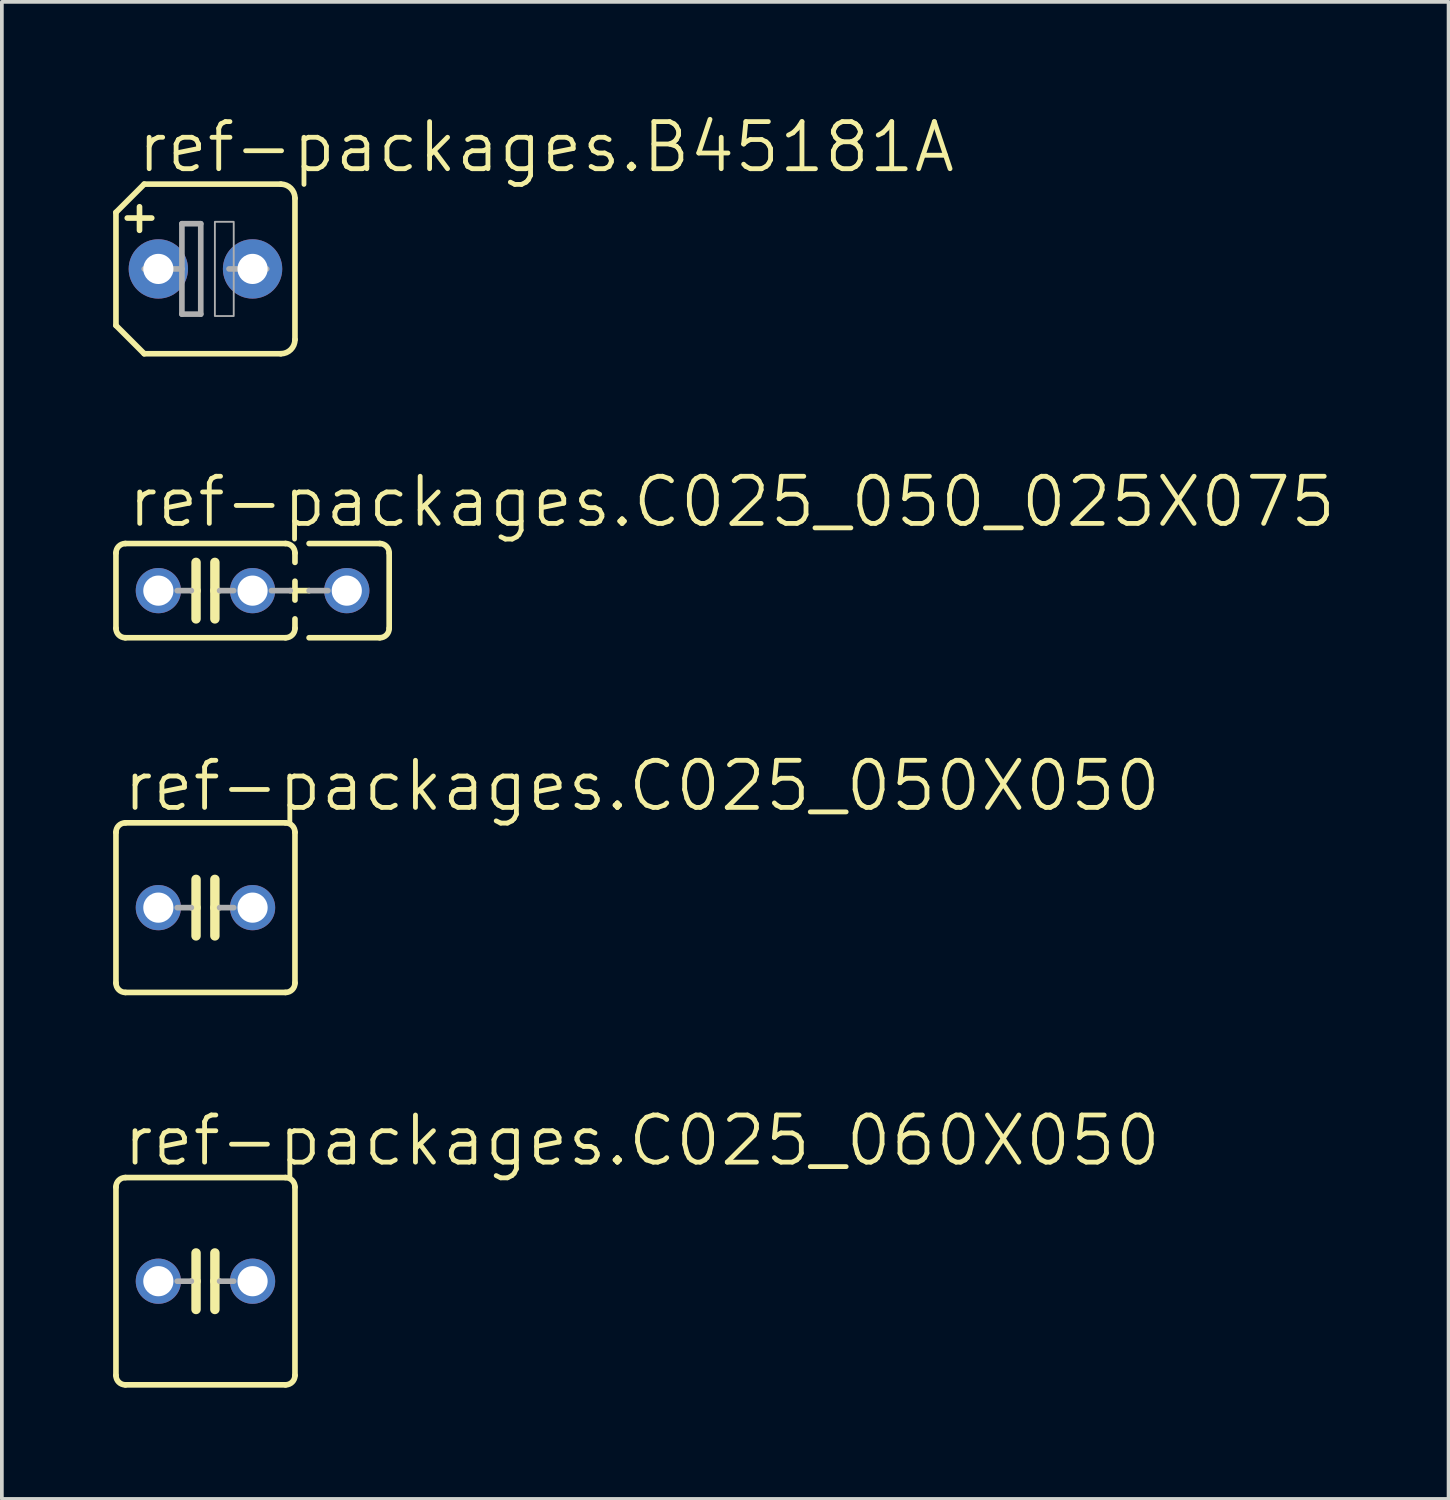
<source format=kicad_pcb>
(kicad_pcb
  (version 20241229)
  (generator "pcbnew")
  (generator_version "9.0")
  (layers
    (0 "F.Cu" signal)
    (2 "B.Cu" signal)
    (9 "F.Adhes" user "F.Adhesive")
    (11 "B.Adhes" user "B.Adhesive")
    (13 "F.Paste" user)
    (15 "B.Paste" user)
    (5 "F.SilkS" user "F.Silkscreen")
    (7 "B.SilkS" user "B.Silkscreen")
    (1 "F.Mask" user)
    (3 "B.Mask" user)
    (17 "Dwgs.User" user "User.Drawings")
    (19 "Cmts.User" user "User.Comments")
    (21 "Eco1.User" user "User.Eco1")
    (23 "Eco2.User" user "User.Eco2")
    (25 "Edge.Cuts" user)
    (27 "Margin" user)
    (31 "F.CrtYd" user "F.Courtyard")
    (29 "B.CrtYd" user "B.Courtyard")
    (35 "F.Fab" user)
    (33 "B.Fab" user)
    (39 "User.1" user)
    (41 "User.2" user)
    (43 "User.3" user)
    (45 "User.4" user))
  (footprint "ref-packages.B45181A"
    (layer "F.Cu")
    (at 2.489 4.2)
    (property "Reference" "ref-packages.B45181A" (at -1.905 -2.54 0) (layer "F.SilkS") (effects (font (size 1.27 1.27) (thickness 0.13)) (justify left bottom)))
    (attr through_hole)
    (fp_line (start -2.413 -1.524) (end -2.413 1.524) (stroke (width 0.152) (type default)) (layer "F.SilkS"))
    (fp_line (start -2.413 -1.524) (end -1.651 -2.286) (stroke (width 0.152) (type default)) (layer "F.SilkS"))
    (fp_line (start -1.778 -1.676) (end -1.778 -1.041) (stroke (width 0.152) (type default)) (layer "F.SilkS"))
    (fp_line (start -1.651 2.286) (end -2.413 1.524) (stroke (width 0.152) (type default)) (layer "F.SilkS"))
    (fp_line (start -1.651 2.286) (end 2.032 2.286) (stroke (width 0.152) (type default)) (layer "F.SilkS"))
    (fp_line (start -1.448 -1.372) (end -2.108 -1.372) (stroke (width 0.152) (type default)) (layer "F.SilkS"))
    (fp_line (start 2.032 -2.286) (end -1.651 -2.286) (stroke (width 0.152) (type default)) (layer "F.SilkS"))
    (fp_line (start 2.413 -1.905) (end 2.413 1.905) (stroke (width 0.152) (type default)) (layer "F.SilkS"))
    (fp_arc (start 2.032 -2.286) (mid 2.301408 -2.174408) (end 2.413 -1.905) (stroke (width 0.1524) (type default)) (layer "F.SilkS"))
    (fp_arc (start 2.413 1.905) (mid 2.301408 2.174408) (end 2.032 2.286) (stroke (width 0.1524) (type default)) (layer "F.SilkS"))
    (fp_line (start -1.651 0) (end -0.635 0) (stroke (width 0.152) (type default)) (layer "F.Fab"))
    (fp_line (start -0.635 -1.219) (end -0.635 0) (stroke (width 0.152) (type default)) (layer "F.Fab"))
    (fp_line (start -0.635 0) (end -0.635 1.219) (stroke (width 0.152) (type default)) (layer "F.Fab"))
    (fp_line (start -0.635 1.219) (end -0.127 1.219) (stroke (width 0.152) (type default)) (layer "F.Fab"))
    (fp_line (start -0.127 -1.219) (end -0.635 -1.219) (stroke (width 0.152) (type default)) (layer "F.Fab"))
    (fp_line (start -0.127 1.219) (end -0.127 -1.219) (stroke (width 0.152) (type default)) (layer "F.Fab"))
    (fp_line (start 0.635 0) (end 1.651 0) (stroke (width 0.152) (type default)) (layer "F.Fab"))
    (fp_rect (start 0.254 1.27) (end 0.762 -1.27) (stroke (width 0.05) (type default)) (fill no) (layer "F.Fab"))
    (pad "+" thru_hole circle (at -1.27 0) (size 1.6 1.6) (drill 0.813) (layers "*.Cu" "*.Mask"))
    (pad "-" thru_hole circle (at 1.27 0) (size 1.6 1.6) (drill 0.813) (layers "*.Cu" "*.Mask")))
  (footprint "ref-packages.C025_050X050"
    (layer "F.Cu")
    (at 2.489 21.419)
    (property "Reference" "ref-packages.C025_050X050" (at -2.286 -2.54 0) (layer "F.SilkS") (effects (font (size 1.27 1.27) (thickness 0.13)) (justify left bottom)))
    (attr through_hole)
    (fp_line (start -2.413 -2.032) (end -2.413 2.032) (stroke (width 0.152) (type default)) (layer "F.SilkS"))
    (fp_line (start -2.159 -2.286) (end 2.159 -2.286) (stroke (width 0.152) (type default)) (layer "F.SilkS"))
    (fp_line (start -0.254 -0.762) (end -0.254 0) (stroke (width 0.254) (type default)) (layer "F.SilkS"))
    (fp_line (start -0.254 0) (end -0.381 0) (stroke (width 0.152) (type default)) (layer "F.SilkS"))
    (fp_line (start -0.254 0) (end -0.254 0.762) (stroke (width 0.254) (type default)) (layer "F.SilkS"))
    (fp_line (start 0.254 0) (end 0.254 -0.762) (stroke (width 0.254) (type default)) (layer "F.SilkS"))
    (fp_line (start 0.254 0) (end 0.254 0.762) (stroke (width 0.254) (type default)) (layer "F.SilkS"))
    (fp_line (start 0.381 0) (end 0.254 0) (stroke (width 0.152) (type default)) (layer "F.SilkS"))
    (fp_line (start 2.159 2.286) (end -2.159 2.286) (stroke (width 0.152) (type default)) (layer "F.SilkS"))
    (fp_line (start 2.413 -2.032) (end 2.413 2.032) (stroke (width 0.152) (type default)) (layer "F.SilkS"))
    (fp_arc (start -2.413 -2.032) (mid -2.338605 -2.211605) (end -2.159 -2.286) (stroke (width 0.1524) (type default)) (layer "F.SilkS"))
    (fp_arc (start -2.159 2.286) (mid -2.338605 2.211605) (end -2.413 2.032) (stroke (width 0.1524) (type default)) (layer "F.SilkS"))
    (fp_arc (start 2.159 -2.286) (mid 2.338605 -2.211605) (end 2.413 -2.032) (stroke (width 0.1524) (type default)) (layer "F.SilkS"))
    (fp_arc (start 2.413 2.032) (mid 2.338605 2.211605) (end 2.159 2.286) (stroke (width 0.1524) (type default)) (layer "F.SilkS"))
    (fp_line (start -0.381 0) (end -0.762 0) (stroke (width 0.152) (type default)) (layer "F.Fab"))
    (fp_line (start 0.762 0) (end 0.381 0) (stroke (width 0.152) (type default)) (layer "F.Fab"))
    (pad "1" thru_hole circle (at -1.27 0) (size 1.219 1.219) (drill 0.813) (layers "*.Cu" "*.Mask"))
    (pad "2" thru_hole circle (at 1.27 0) (size 1.219 1.219) (drill 0.813) (layers "*.Cu" "*.Mask")))
  (footprint "ref-packages.C025_060X050"
    (layer "F.Cu")
    (at 2.489 31.49)
    (property "Reference" "ref-packages.C025_060X050" (at -2.286 -3.048 0) (layer "F.SilkS") (effects (font (size 1.27 1.27) (thickness 0.13)) (justify left bottom)))
    (attr through_hole)
    (fp_line (start -2.413 -2.54) (end -2.413 2.54) (stroke (width 0.152) (type default)) (layer "F.SilkS"))
    (fp_line (start -2.159 -2.794) (end 2.159 -2.794) (stroke (width 0.152) (type default)) (layer "F.SilkS"))
    (fp_line (start -0.254 -0.762) (end -0.254 0) (stroke (width 0.254) (type default)) (layer "F.SilkS"))
    (fp_line (start -0.254 0) (end -0.381 0) (stroke (width 0.152) (type default)) (layer "F.SilkS"))
    (fp_line (start -0.254 0) (end -0.254 0.762) (stroke (width 0.254) (type default)) (layer "F.SilkS"))
    (fp_line (start 0.254 0) (end 0.254 -0.762) (stroke (width 0.254) (type default)) (layer "F.SilkS"))
    (fp_line (start 0.254 0) (end 0.254 0.762) (stroke (width 0.254) (type default)) (layer "F.SilkS"))
    (fp_line (start 0.381 0) (end 0.254 0) (stroke (width 0.152) (type default)) (layer "F.SilkS"))
    (fp_line (start 2.159 2.794) (end -2.159 2.794) (stroke (width 0.152) (type default)) (layer "F.SilkS"))
    (fp_line (start 2.413 -2.54) (end 2.413 2.54) (stroke (width 0.152) (type default)) (layer "F.SilkS"))
    (fp_arc (start -2.413 -2.54) (mid -2.338605 -2.719605) (end -2.159 -2.794) (stroke (width 0.1524) (type default)) (layer "F.SilkS"))
    (fp_arc (start -2.159 2.794) (mid -2.338605 2.719605) (end -2.413 2.54) (stroke (width 0.1524) (type default)) (layer "F.SilkS"))
    (fp_arc (start 2.159 -2.794) (mid 2.338605 -2.719605) (end 2.413 -2.54) (stroke (width 0.1524) (type default)) (layer "F.SilkS"))
    (fp_arc (start 2.413 2.54) (mid 2.338605 2.719605) (end 2.159 2.794) (stroke (width 0.1524) (type default)) (layer "F.SilkS"))
    (fp_line (start -0.381 0) (end -0.762 0) (stroke (width 0.152) (type default)) (layer "F.Fab"))
    (fp_line (start 0.762 0) (end 0.381 0) (stroke (width 0.152) (type default)) (layer "F.Fab"))
    (pad "1" thru_hole circle (at -1.27 0) (size 1.219 1.219) (drill 0.813) (layers "*.Cu" "*.Mask"))
    (pad "2" thru_hole circle (at 1.27 0) (size 1.219 1.219) (drill 0.813) (layers "*.Cu" "*.Mask")))
  (footprint "ref-packages.C025_050_025X075"
    (layer "F.Cu")
    (at 2.489 12.873)
    (property "Reference" "ref-packages.C025_050_025X075" (at -2.159 -1.651 0) (layer "F.SilkS") (effects (font (size 1.27 1.27) (thickness 0.13)) (justify left bottom)))
    (attr through_hole)
    (fp_line (start -2.413 -1.016) (end -2.413 1.016) (stroke (width 0.152) (type default)) (layer "F.SilkS"))
    (fp_line (start -2.159 -1.27) (end 2.159 -1.27) (stroke (width 0.152) (type default)) (layer "F.SilkS"))
    (fp_line (start -0.254 -0.762) (end -0.254 0) (stroke (width 0.254) (type default)) (layer "F.SilkS"))
    (fp_line (start -0.254 0) (end -0.381 0) (stroke (width 0.152) (type default)) (layer "F.SilkS"))
    (fp_line (start -0.254 0) (end -0.254 0.762) (stroke (width 0.254) (type default)) (layer "F.SilkS"))
    (fp_line (start 0.254 0) (end 0.254 -0.762) (stroke (width 0.254) (type default)) (layer "F.SilkS"))
    (fp_line (start 0.254 0) (end 0.254 0.762) (stroke (width 0.254) (type default)) (layer "F.SilkS"))
    (fp_line (start 0.381 0) (end 0.254 0) (stroke (width 0.152) (type default)) (layer "F.SilkS"))
    (fp_line (start 2.159 1.27) (end -2.159 1.27) (stroke (width 0.152) (type default)) (layer "F.SilkS"))
    (fp_line (start 2.286 0) (end 2.794 0) (stroke (width 0.152) (type default)) (layer "F.SilkS"))
    (fp_line (start 2.413 -1.016) (end 2.413 -0.762) (stroke (width 0.152) (type default)) (layer "F.SilkS"))
    (fp_line (start 2.413 -0.254) (end 2.413 0.254) (stroke (width 0.152) (type default)) (layer "F.SilkS"))
    (fp_line (start 2.413 0.762) (end 2.413 1.016) (stroke (width 0.152) (type default)) (layer "F.SilkS"))
    (fp_line (start 2.794 -1.27) (end 4.699 -1.27) (stroke (width 0.152) (type default)) (layer "F.SilkS"))
    (fp_line (start 4.699 1.27) (end 2.794 1.27) (stroke (width 0.152) (type default)) (layer "F.SilkS"))
    (fp_line (start 4.953 -1.016) (end 4.953 1.016) (stroke (width 0.152) (type default)) (layer "F.SilkS"))
    (fp_arc (start -2.413 -1.016) (mid -2.338605 -1.195605) (end -2.159 -1.27) (stroke (width 0.1524) (type default)) (layer "F.SilkS"))
    (fp_arc (start -2.159 1.27) (mid -2.338605 1.195605) (end -2.413 1.016) (stroke (width 0.1524) (type default)) (layer "F.SilkS"))
    (fp_arc (start 2.159 -1.27) (mid 2.338605 -1.195605) (end 2.413 -1.016) (stroke (width 0.1524) (type default)) (layer "F.SilkS"))
    (fp_arc (start 2.413 1.016) (mid 2.338605 1.195605) (end 2.159 1.27) (stroke (width 0.1524) (type default)) (layer "F.SilkS"))
    (fp_arc (start 4.699 -1.27) (mid 4.878605 -1.195605) (end 4.953 -1.016) (stroke (width 0.1524) (type default)) (layer "F.SilkS"))
    (fp_arc (start 4.953 1.016) (mid 4.878605 1.195605) (end 4.699 1.27) (stroke (width 0.1524) (type default)) (layer "F.SilkS"))
    (fp_line (start -0.381 0) (end -0.762 0) (stroke (width 0.152) (type default)) (layer "F.Fab"))
    (fp_line (start 0.762 0) (end 0.381 0) (stroke (width 0.152) (type default)) (layer "F.Fab"))
    (fp_line (start 1.778 0) (end 2.286 0) (stroke (width 0.152) (type default)) (layer "F.Fab"))
    (fp_line (start 2.794 0) (end 3.302 0) (stroke (width 0.152) (type default)) (layer "F.Fab"))
    (pad "1" thru_hole circle (at -1.27 0) (size 1.219 1.219) (drill 0.813) (layers "*.Cu" "*.Mask"))
    (pad "2" thru_hole circle (at 1.27 0) (size 1.219 1.219) (drill 0.813) (layers "*.Cu" "*.Mask"))
    (pad "3" thru_hole circle (at 3.81 0) (size 1.219 1.219) (drill 0.813) (layers "*.Cu" "*.Mask")))
  (gr_rect
    (start -3 -3)
    (end 36.002 37.36)
    (stroke (width 0.1) (type default))
    (fill no)
    (layer "Edge.Cuts")))
</source>
